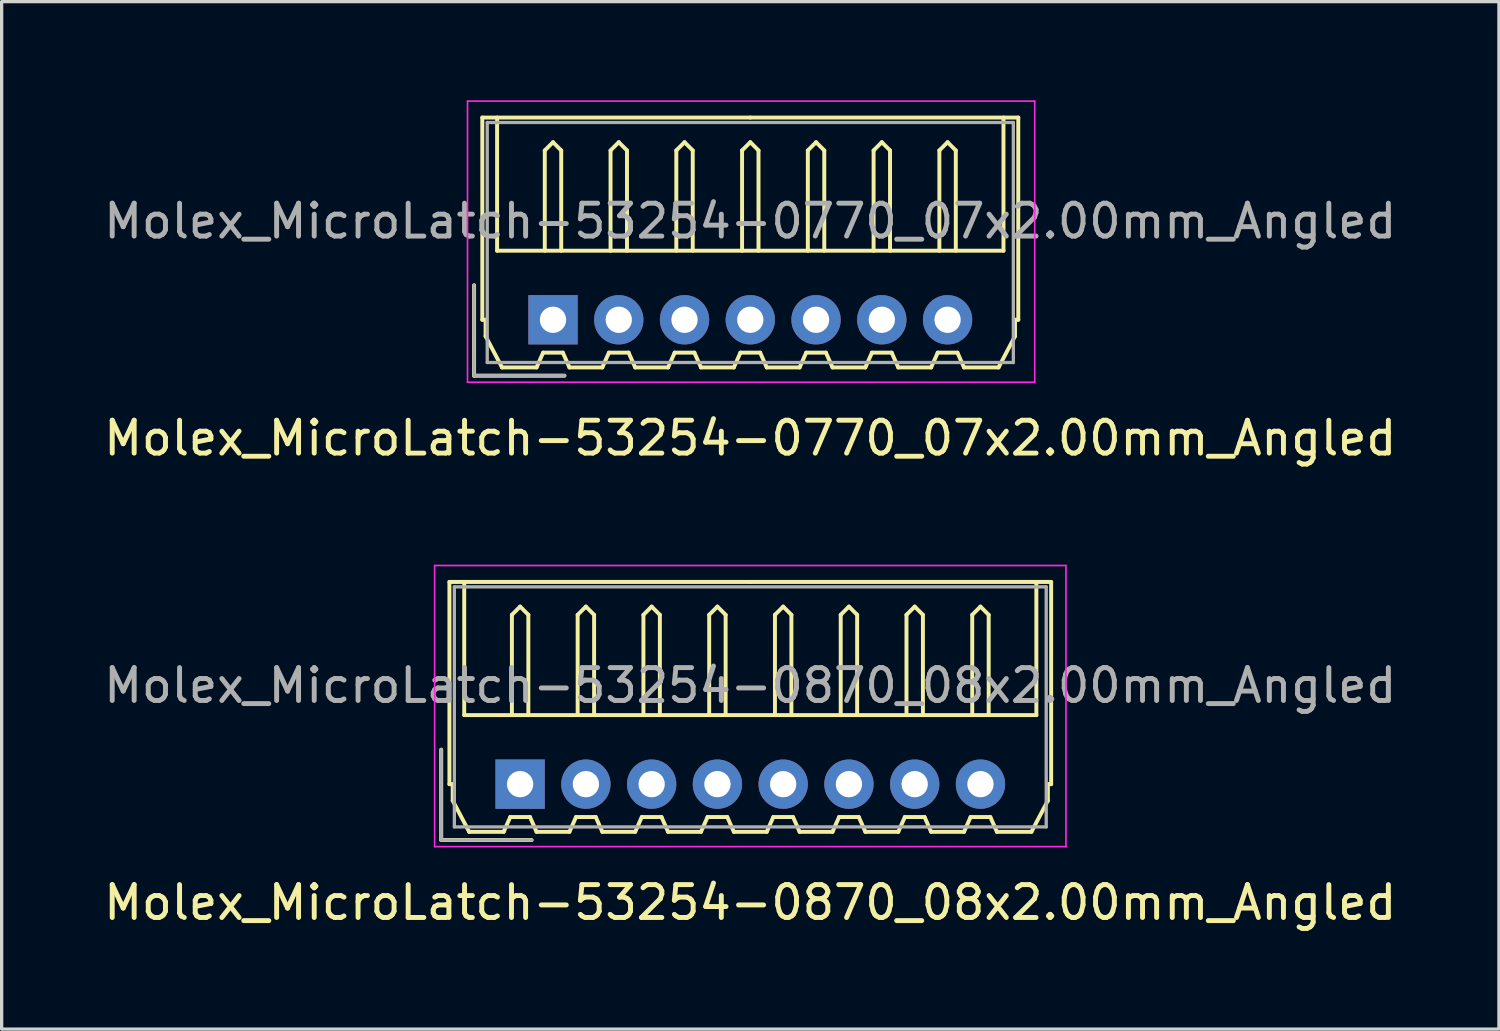
<source format=kicad_pcb>
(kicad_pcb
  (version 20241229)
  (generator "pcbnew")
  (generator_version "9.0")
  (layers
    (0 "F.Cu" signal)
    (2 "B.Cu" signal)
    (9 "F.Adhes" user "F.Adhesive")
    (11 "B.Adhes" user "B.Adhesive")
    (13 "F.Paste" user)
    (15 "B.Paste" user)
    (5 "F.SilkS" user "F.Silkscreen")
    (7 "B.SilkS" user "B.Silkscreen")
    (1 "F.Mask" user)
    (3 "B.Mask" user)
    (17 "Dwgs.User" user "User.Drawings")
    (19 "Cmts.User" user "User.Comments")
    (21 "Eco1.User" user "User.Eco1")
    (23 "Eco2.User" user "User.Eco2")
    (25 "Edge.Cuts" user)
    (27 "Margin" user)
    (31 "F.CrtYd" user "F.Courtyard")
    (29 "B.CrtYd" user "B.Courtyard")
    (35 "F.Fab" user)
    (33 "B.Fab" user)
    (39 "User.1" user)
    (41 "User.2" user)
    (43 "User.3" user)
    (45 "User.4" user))
  (footprint "Molex_MicroLatch-53254-0770_07x2.00mm_Angled"
    (layer "F.Cu")
    (at 13.768 6.675)
    (property "Reference" "Molex_MicroLatch-53254-0770_07x2.00mm_Angled" (at 6 3.6 0) (layer "F.SilkS") (effects (font (size 1 1) (thickness 0.15))))
    (attr through_hole)
    (fp_line (start -2.4 1.7) (end -2.4 -1.05) (stroke (width 0.12) (type solid)) (layer "F.SilkS"))
    (fp_line (start -2.15 -6.15) (end 6 -6.15) (stroke (width 0.12) (type solid)) (layer "F.SilkS"))
    (fp_line (start -2.15 0) (end -2.15 -6.15) (stroke (width 0.12) (type solid)) (layer "F.SilkS"))
    (fp_line (start -2.05 0) (end -2.15 0) (stroke (width 0.12) (type solid)) (layer "F.SilkS"))
    (fp_line (start -2.05 0.5) (end -2.05 0) (stroke (width 0.12) (type solid)) (layer "F.SilkS"))
    (fp_line (start -1.7 -6.15) (end -1.7 -2.1) (stroke (width 0.12) (type solid)) (layer "F.SilkS"))
    (fp_line (start -1.7 -2.1) (end 13.7 -2.1) (stroke (width 0.12) (type solid)) (layer "F.SilkS"))
    (fp_line (start -1.55 1.45) (end -2.05 0.5) (stroke (width 0.12) (type solid)) (layer "F.SilkS"))
    (fp_line (start -0.5 1.45) (end -1.55 1.45) (stroke (width 0.12) (type solid)) (layer "F.SilkS"))
    (fp_line (start -0.3 1) (end -0.5 1.45) (stroke (width 0.12) (type solid)) (layer "F.SilkS"))
    (fp_line (start -0.3 1) (end 0.3 1) (stroke (width 0.12) (type solid)) (layer "F.SilkS"))
    (fp_line (start -0.25 -5.15) (end 0 -5.4) (stroke (width 0.12) (type solid)) (layer "F.SilkS"))
    (fp_line (start -0.25 -2.1) (end -0.25 -5.15) (stroke (width 0.12) (type solid)) (layer "F.SilkS"))
    (fp_line (start 0 -5.4) (end 0.25 -5.15) (stroke (width 0.12) (type solid)) (layer "F.SilkS"))
    (fp_line (start 0.25 -5.15) (end 0.25 -2.1) (stroke (width 0.12) (type solid)) (layer "F.SilkS"))
    (fp_line (start 0.3 1) (end 0.5 1.45) (stroke (width 0.12) (type solid)) (layer "F.SilkS"))
    (fp_line (start 0.35 1.7) (end -2.4 1.7) (stroke (width 0.12) (type solid)) (layer "F.SilkS"))
    (fp_line (start 0.5 1.45) (end 1.5 1.45) (stroke (width 0.12) (type solid)) (layer "F.SilkS"))
    (fp_line (start 1.5 1.45) (end 1.7 1) (stroke (width 0.12) (type solid)) (layer "F.SilkS"))
    (fp_line (start 1.7 1) (end 2.3 1) (stroke (width 0.12) (type solid)) (layer "F.SilkS"))
    (fp_line (start 1.75 -5.15) (end 2 -5.4) (stroke (width 0.12) (type solid)) (layer "F.SilkS"))
    (fp_line (start 1.75 -2.1) (end 1.75 -5.15) (stroke (width 0.12) (type solid)) (layer "F.SilkS"))
    (fp_line (start 2 -5.4) (end 2.25 -5.15) (stroke (width 0.12) (type solid)) (layer "F.SilkS"))
    (fp_line (start 2.25 -5.15) (end 2.25 -2.1) (stroke (width 0.12) (type solid)) (layer "F.SilkS"))
    (fp_line (start 2.3 1) (end 2.5 1.45) (stroke (width 0.12) (type solid)) (layer "F.SilkS"))
    (fp_line (start 2.5 1.45) (end 3.5 1.45) (stroke (width 0.12) (type solid)) (layer "F.SilkS"))
    (fp_line (start 3.5 1.45) (end 3.7 1) (stroke (width 0.12) (type solid)) (layer "F.SilkS"))
    (fp_line (start 3.7 1) (end 4.3 1) (stroke (width 0.12) (type solid)) (layer "F.SilkS"))
    (fp_line (start 3.75 -5.15) (end 4 -5.4) (stroke (width 0.12) (type solid)) (layer "F.SilkS"))
    (fp_line (start 3.75 -2.1) (end 3.75 -5.15) (stroke (width 0.12) (type solid)) (layer "F.SilkS"))
    (fp_line (start 4 -5.4) (end 4.25 -5.15) (stroke (width 0.12) (type solid)) (layer "F.SilkS"))
    (fp_line (start 4.25 -5.15) (end 4.25 -2.1) (stroke (width 0.12) (type solid)) (layer "F.SilkS"))
    (fp_line (start 4.3 1) (end 4.5 1.45) (stroke (width 0.12) (type solid)) (layer "F.SilkS"))
    (fp_line (start 4.5 1.45) (end 5.5 1.45) (stroke (width 0.12) (type solid)) (layer "F.SilkS"))
    (fp_line (start 5.5 1.45) (end 5.7 1) (stroke (width 0.12) (type solid)) (layer "F.SilkS"))
    (fp_line (start 5.7 1) (end 6.3 1) (stroke (width 0.12) (type solid)) (layer "F.SilkS"))
    (fp_line (start 5.75 -5.15) (end 6 -5.4) (stroke (width 0.12) (type solid)) (layer "F.SilkS"))
    (fp_line (start 5.75 -2.1) (end 5.75 -5.15) (stroke (width 0.12) (type solid)) (layer "F.SilkS"))
    (fp_line (start 6 -5.4) (end 6.25 -5.15) (stroke (width 0.12) (type solid)) (layer "F.SilkS"))
    (fp_line (start 6.25 -5.15) (end 6.25 -2.1) (stroke (width 0.12) (type solid)) (layer "F.SilkS"))
    (fp_line (start 6.3 1) (end 6.5 1.45) (stroke (width 0.12) (type solid)) (layer "F.SilkS"))
    (fp_line (start 6.5 1.45) (end 7.5 1.45) (stroke (width 0.12) (type solid)) (layer "F.SilkS"))
    (fp_line (start 7.5 1.45) (end 7.7 1) (stroke (width 0.12) (type solid)) (layer "F.SilkS"))
    (fp_line (start 7.7 1) (end 8.3 1) (stroke (width 0.12) (type solid)) (layer "F.SilkS"))
    (fp_line (start 7.75 -5.15) (end 8 -5.4) (stroke (width 0.12) (type solid)) (layer "F.SilkS"))
    (fp_line (start 7.75 -2.1) (end 7.75 -5.15) (stroke (width 0.12) (type solid)) (layer "F.SilkS"))
    (fp_line (start 8 -5.4) (end 8.25 -5.15) (stroke (width 0.12) (type solid)) (layer "F.SilkS"))
    (fp_line (start 8.25 -5.15) (end 8.25 -2.1) (stroke (width 0.12) (type solid)) (layer "F.SilkS"))
    (fp_line (start 8.3 1) (end 8.5 1.45) (stroke (width 0.12) (type solid)) (layer "F.SilkS"))
    (fp_line (start 8.5 1.45) (end 9.5 1.45) (stroke (width 0.12) (type solid)) (layer "F.SilkS"))
    (fp_line (start 9.5 1.45) (end 9.7 1) (stroke (width 0.12) (type solid)) (layer "F.SilkS"))
    (fp_line (start 9.7 1) (end 10.3 1) (stroke (width 0.12) (type solid)) (layer "F.SilkS"))
    (fp_line (start 9.75 -5.15) (end 10 -5.4) (stroke (width 0.12) (type solid)) (layer "F.SilkS"))
    (fp_line (start 9.75 -2.1) (end 9.75 -5.15) (stroke (width 0.12) (type solid)) (layer "F.SilkS"))
    (fp_line (start 10 -5.4) (end 10.25 -5.15) (stroke (width 0.12) (type solid)) (layer "F.SilkS"))
    (fp_line (start 10.25 -5.15) (end 10.25 -2.1) (stroke (width 0.12) (type solid)) (layer "F.SilkS"))
    (fp_line (start 10.3 1) (end 10.5 1.45) (stroke (width 0.12) (type solid)) (layer "F.SilkS"))
    (fp_line (start 10.5 1.45) (end 11.5 1.45) (stroke (width 0.12) (type solid)) (layer "F.SilkS"))
    (fp_line (start 11.5 1.45) (end 11.7 1) (stroke (width 0.12) (type solid)) (layer "F.SilkS"))
    (fp_line (start 11.7 1) (end 12.3 1) (stroke (width 0.12) (type solid)) (layer "F.SilkS"))
    (fp_line (start 11.75 -5.15) (end 12 -5.4) (stroke (width 0.12) (type solid)) (layer "F.SilkS"))
    (fp_line (start 11.75 -2.1) (end 11.75 -5.15) (stroke (width 0.12) (type solid)) (layer "F.SilkS"))
    (fp_line (start 12 -5.4) (end 12.25 -5.15) (stroke (width 0.12) (type solid)) (layer "F.SilkS"))
    (fp_line (start 12.25 -5.15) (end 12.25 -2.1) (stroke (width 0.12) (type solid)) (layer "F.SilkS"))
    (fp_line (start 12.3 1) (end 12.5 1.45) (stroke (width 0.12) (type solid)) (layer "F.SilkS"))
    (fp_line (start 12.5 1.45) (end 13.55 1.45) (stroke (width 0.12) (type solid)) (layer "F.SilkS"))
    (fp_line (start 13.55 1.45) (end 14.05 0.5) (stroke (width 0.12) (type solid)) (layer "F.SilkS"))
    (fp_line (start 13.7 -2.1) (end 13.7 -6.15) (stroke (width 0.12) (type solid)) (layer "F.SilkS"))
    (fp_line (start 14.05 0) (end 14.15 0) (stroke (width 0.12) (type solid)) (layer "F.SilkS"))
    (fp_line (start 14.05 0.5) (end 14.05 0) (stroke (width 0.12) (type solid)) (layer "F.SilkS"))
    (fp_line (start 14.15 -6.15) (end 6 -6.15) (stroke (width 0.12) (type solid)) (layer "F.SilkS"))
    (fp_line (start 14.15 0) (end 14.15 -6.15) (stroke (width 0.12) (type solid)) (layer "F.SilkS"))
    (fp_line (start -2.6 -6.65) (end -2.6 1.9) (stroke (width 0.05) (type solid)) (layer "F.CrtYd"))
    (fp_line (start -2.6 1.9) (end 14.65 1.9) (stroke (width 0.05) (type solid)) (layer "F.CrtYd"))
    (fp_line (start 14.65 -6.65) (end -2.6 -6.65) (stroke (width 0.05) (type solid)) (layer "F.CrtYd"))
    (fp_line (start 14.65 1.9) (end 14.65 -6.65) (stroke (width 0.05) (type solid)) (layer "F.CrtYd"))
    (fp_line (start -2.4 1.7) (end -2.4 -1.05) (stroke (width 0.1) (type solid)) (layer "F.Fab"))
    (fp_line (start -2 -6) (end -2 1.3) (stroke (width 0.1) (type solid)) (layer "F.Fab"))
    (fp_line (start -2 1.3) (end 14 1.3) (stroke (width 0.1) (type solid)) (layer "F.Fab"))
    (fp_line (start 0.35 1.7) (end -2.4 1.7) (stroke (width 0.1) (type solid)) (layer "F.Fab"))
    (fp_line (start 14 -6) (end -2 -6) (stroke (width 0.1) (type solid)) (layer "F.Fab"))
    (fp_line (start 14 1.3) (end 14 -6) (stroke (width 0.1) (type solid)) (layer "F.Fab"))
    (fp_text user "${REFERENCE}" (at 6 -3 0) (layer "F.Fab") (effects (font (size 1 1) (thickness 0.15))))
    (pad "1" thru_hole rect (at 0 0) (size 1.5 1.5) (drill 0.8) (layers "*.Cu" "*.Mask"))
    (pad "2" thru_hole circle (at 2 0) (size 1.5 1.5) (drill 0.8) (layers "*.Cu" "*.Mask"))
    (pad "3" thru_hole circle (at 4 0) (size 1.5 1.5) (drill 0.8) (layers "*.Cu" "*.Mask"))
    (pad "4" thru_hole circle (at 6 0) (size 1.5 1.5) (drill 0.8) (layers "*.Cu" "*.Mask"))
    (pad "5" thru_hole circle (at 8 0) (size 1.5 1.5) (drill 0.8) (layers "*.Cu" "*.Mask"))
    (pad "6" thru_hole circle (at 10 0) (size 1.5 1.5) (drill 0.8) (layers "*.Cu" "*.Mask"))
    (pad "7" thru_hole circle (at 12 0) (size 1.5 1.5) (drill 0.8) (layers "*.Cu" "*.Mask")))
  (footprint "Molex_MicroLatch-53254-0870_08x2.00mm_Angled"
    (layer "F.Cu")
    (at 12.768 20.798)
    (property "Reference" "Molex_MicroLatch-53254-0870_08x2.00mm_Angled" (at 7 3.6 0) (layer "F.SilkS") (effects (font (size 1 1) (thickness 0.15))))
    (attr through_hole)
    (fp_line (start -2.4 1.7) (end -2.4 -1.05) (stroke (width 0.12) (type solid)) (layer "F.SilkS"))
    (fp_line (start -2.15 -6.15) (end 7 -6.15) (stroke (width 0.12) (type solid)) (layer "F.SilkS"))
    (fp_line (start -2.15 0) (end -2.15 -6.15) (stroke (width 0.12) (type solid)) (layer "F.SilkS"))
    (fp_line (start -2.05 0) (end -2.15 0) (stroke (width 0.12) (type solid)) (layer "F.SilkS"))
    (fp_line (start -2.05 0.5) (end -2.05 0) (stroke (width 0.12) (type solid)) (layer "F.SilkS"))
    (fp_line (start -1.7 -6.15) (end -1.7 -2.1) (stroke (width 0.12) (type solid)) (layer "F.SilkS"))
    (fp_line (start -1.7 -2.1) (end 15.7 -2.1) (stroke (width 0.12) (type solid)) (layer "F.SilkS"))
    (fp_line (start -1.55 1.45) (end -2.05 0.5) (stroke (width 0.12) (type solid)) (layer "F.SilkS"))
    (fp_line (start -0.5 1.45) (end -1.55 1.45) (stroke (width 0.12) (type solid)) (layer "F.SilkS"))
    (fp_line (start -0.3 1) (end -0.5 1.45) (stroke (width 0.12) (type solid)) (layer "F.SilkS"))
    (fp_line (start -0.3 1) (end 0.3 1) (stroke (width 0.12) (type solid)) (layer "F.SilkS"))
    (fp_line (start -0.25 -5.15) (end 0 -5.4) (stroke (width 0.12) (type solid)) (layer "F.SilkS"))
    (fp_line (start -0.25 -2.1) (end -0.25 -5.15) (stroke (width 0.12) (type solid)) (layer "F.SilkS"))
    (fp_line (start 0 -5.4) (end 0.25 -5.15) (stroke (width 0.12) (type solid)) (layer "F.SilkS"))
    (fp_line (start 0.25 -5.15) (end 0.25 -2.1) (stroke (width 0.12) (type solid)) (layer "F.SilkS"))
    (fp_line (start 0.3 1) (end 0.5 1.45) (stroke (width 0.12) (type solid)) (layer "F.SilkS"))
    (fp_line (start 0.35 1.7) (end -2.4 1.7) (stroke (width 0.12) (type solid)) (layer "F.SilkS"))
    (fp_line (start 0.5 1.45) (end 1.5 1.45) (stroke (width 0.12) (type solid)) (layer "F.SilkS"))
    (fp_line (start 1.5 1.45) (end 1.7 1) (stroke (width 0.12) (type solid)) (layer "F.SilkS"))
    (fp_line (start 1.7 1) (end 2.3 1) (stroke (width 0.12) (type solid)) (layer "F.SilkS"))
    (fp_line (start 1.75 -5.15) (end 2 -5.4) (stroke (width 0.12) (type solid)) (layer "F.SilkS"))
    (fp_line (start 1.75 -2.1) (end 1.75 -5.15) (stroke (width 0.12) (type solid)) (layer "F.SilkS"))
    (fp_line (start 2 -5.4) (end 2.25 -5.15) (stroke (width 0.12) (type solid)) (layer "F.SilkS"))
    (fp_line (start 2.25 -5.15) (end 2.25 -2.1) (stroke (width 0.12) (type solid)) (layer "F.SilkS"))
    (fp_line (start 2.3 1) (end 2.5 1.45) (stroke (width 0.12) (type solid)) (layer "F.SilkS"))
    (fp_line (start 2.5 1.45) (end 3.5 1.45) (stroke (width 0.12) (type solid)) (layer "F.SilkS"))
    (fp_line (start 3.5 1.45) (end 3.7 1) (stroke (width 0.12) (type solid)) (layer "F.SilkS"))
    (fp_line (start 3.7 1) (end 4.3 1) (stroke (width 0.12) (type solid)) (layer "F.SilkS"))
    (fp_line (start 3.75 -5.15) (end 4 -5.4) (stroke (width 0.12) (type solid)) (layer "F.SilkS"))
    (fp_line (start 3.75 -2.1) (end 3.75 -5.15) (stroke (width 0.12) (type solid)) (layer "F.SilkS"))
    (fp_line (start 4 -5.4) (end 4.25 -5.15) (stroke (width 0.12) (type solid)) (layer "F.SilkS"))
    (fp_line (start 4.25 -5.15) (end 4.25 -2.1) (stroke (width 0.12) (type solid)) (layer "F.SilkS"))
    (fp_line (start 4.3 1) (end 4.5 1.45) (stroke (width 0.12) (type solid)) (layer "F.SilkS"))
    (fp_line (start 4.5 1.45) (end 5.5 1.45) (stroke (width 0.12) (type solid)) (layer "F.SilkS"))
    (fp_line (start 5.5 1.45) (end 5.7 1) (stroke (width 0.12) (type solid)) (layer "F.SilkS"))
    (fp_line (start 5.7 1) (end 6.3 1) (stroke (width 0.12) (type solid)) (layer "F.SilkS"))
    (fp_line (start 5.75 -5.15) (end 6 -5.4) (stroke (width 0.12) (type solid)) (layer "F.SilkS"))
    (fp_line (start 5.75 -2.1) (end 5.75 -5.15) (stroke (width 0.12) (type solid)) (layer "F.SilkS"))
    (fp_line (start 6 -5.4) (end 6.25 -5.15) (stroke (width 0.12) (type solid)) (layer "F.SilkS"))
    (fp_line (start 6.25 -5.15) (end 6.25 -2.1) (stroke (width 0.12) (type solid)) (layer "F.SilkS"))
    (fp_line (start 6.3 1) (end 6.5 1.45) (stroke (width 0.12) (type solid)) (layer "F.SilkS"))
    (fp_line (start 6.5 1.45) (end 7.5 1.45) (stroke (width 0.12) (type solid)) (layer "F.SilkS"))
    (fp_line (start 7.5 1.45) (end 7.7 1) (stroke (width 0.12) (type solid)) (layer "F.SilkS"))
    (fp_line (start 7.7 1) (end 8.3 1) (stroke (width 0.12) (type solid)) (layer "F.SilkS"))
    (fp_line (start 7.75 -5.15) (end 8 -5.4) (stroke (width 0.12) (type solid)) (layer "F.SilkS"))
    (fp_line (start 7.75 -2.1) (end 7.75 -5.15) (stroke (width 0.12) (type solid)) (layer "F.SilkS"))
    (fp_line (start 8 -5.4) (end 8.25 -5.15) (stroke (width 0.12) (type solid)) (layer "F.SilkS"))
    (fp_line (start 8.25 -5.15) (end 8.25 -2.1) (stroke (width 0.12) (type solid)) (layer "F.SilkS"))
    (fp_line (start 8.3 1) (end 8.5 1.45) (stroke (width 0.12) (type solid)) (layer "F.SilkS"))
    (fp_line (start 8.5 1.45) (end 9.5 1.45) (stroke (width 0.12) (type solid)) (layer "F.SilkS"))
    (fp_line (start 9.5 1.45) (end 9.7 1) (stroke (width 0.12) (type solid)) (layer "F.SilkS"))
    (fp_line (start 9.7 1) (end 10.3 1) (stroke (width 0.12) (type solid)) (layer "F.SilkS"))
    (fp_line (start 9.75 -5.15) (end 10 -5.4) (stroke (width 0.12) (type solid)) (layer "F.SilkS"))
    (fp_line (start 9.75 -2.1) (end 9.75 -5.15) (stroke (width 0.12) (type solid)) (layer "F.SilkS"))
    (fp_line (start 10 -5.4) (end 10.25 -5.15) (stroke (width 0.12) (type solid)) (layer "F.SilkS"))
    (fp_line (start 10.25 -5.15) (end 10.25 -2.1) (stroke (width 0.12) (type solid)) (layer "F.SilkS"))
    (fp_line (start 10.3 1) (end 10.5 1.45) (stroke (width 0.12) (type solid)) (layer "F.SilkS"))
    (fp_line (start 10.5 1.45) (end 11.5 1.45) (stroke (width 0.12) (type solid)) (layer "F.SilkS"))
    (fp_line (start 11.5 1.45) (end 11.7 1) (stroke (width 0.12) (type solid)) (layer "F.SilkS"))
    (fp_line (start 11.7 1) (end 12.3 1) (stroke (width 0.12) (type solid)) (layer "F.SilkS"))
    (fp_line (start 11.75 -5.15) (end 12 -5.4) (stroke (width 0.12) (type solid)) (layer "F.SilkS"))
    (fp_line (start 11.75 -2.1) (end 11.75 -5.15) (stroke (width 0.12) (type solid)) (layer "F.SilkS"))
    (fp_line (start 12 -5.4) (end 12.25 -5.15) (stroke (width 0.12) (type solid)) (layer "F.SilkS"))
    (fp_line (start 12.25 -5.15) (end 12.25 -2.1) (stroke (width 0.12) (type solid)) (layer "F.SilkS"))
    (fp_line (start 12.3 1) (end 12.5 1.45) (stroke (width 0.12) (type solid)) (layer "F.SilkS"))
    (fp_line (start 12.5 1.45) (end 13.5 1.45) (stroke (width 0.12) (type solid)) (layer "F.SilkS"))
    (fp_line (start 13.5 1.45) (end 13.7 1) (stroke (width 0.12) (type solid)) (layer "F.SilkS"))
    (fp_line (start 13.7 1) (end 14.3 1) (stroke (width 0.12) (type solid)) (layer "F.SilkS"))
    (fp_line (start 13.75 -5.15) (end 14 -5.4) (stroke (width 0.12) (type solid)) (layer "F.SilkS"))
    (fp_line (start 13.75 -2.1) (end 13.75 -5.15) (stroke (width 0.12) (type solid)) (layer "F.SilkS"))
    (fp_line (start 14 -5.4) (end 14.25 -5.15) (stroke (width 0.12) (type solid)) (layer "F.SilkS"))
    (fp_line (start 14.25 -5.15) (end 14.25 -2.1) (stroke (width 0.12) (type solid)) (layer "F.SilkS"))
    (fp_line (start 14.3 1) (end 14.5 1.45) (stroke (width 0.12) (type solid)) (layer "F.SilkS"))
    (fp_line (start 14.5 1.45) (end 15.55 1.45) (stroke (width 0.12) (type solid)) (layer "F.SilkS"))
    (fp_line (start 15.55 1.45) (end 16.05 0.5) (stroke (width 0.12) (type solid)) (layer "F.SilkS"))
    (fp_line (start 15.7 -2.1) (end 15.7 -6.15) (stroke (width 0.12) (type solid)) (layer "F.SilkS"))
    (fp_line (start 16.05 0) (end 16.15 0) (stroke (width 0.12) (type solid)) (layer "F.SilkS"))
    (fp_line (start 16.05 0.5) (end 16.05 0) (stroke (width 0.12) (type solid)) (layer "F.SilkS"))
    (fp_line (start 16.15 -6.15) (end 7 -6.15) (stroke (width 0.12) (type solid)) (layer "F.SilkS"))
    (fp_line (start 16.15 0) (end 16.15 -6.15) (stroke (width 0.12) (type solid)) (layer "F.SilkS"))
    (fp_line (start -2.6 -6.65) (end -2.6 1.9) (stroke (width 0.05) (type solid)) (layer "F.CrtYd"))
    (fp_line (start -2.6 1.9) (end 16.6 1.9) (stroke (width 0.05) (type solid)) (layer "F.CrtYd"))
    (fp_line (start 16.6 -6.65) (end -2.6 -6.65) (stroke (width 0.05) (type solid)) (layer "F.CrtYd"))
    (fp_line (start 16.6 1.9) (end 16.6 -6.65) (stroke (width 0.05) (type solid)) (layer "F.CrtYd"))
    (fp_line (start -2.4 1.7) (end -2.4 -1.05) (stroke (width 0.1) (type solid)) (layer "F.Fab"))
    (fp_line (start -2 -6) (end -2 1.3) (stroke (width 0.1) (type solid)) (layer "F.Fab"))
    (fp_line (start -2 1.3) (end 16 1.3) (stroke (width 0.1) (type solid)) (layer "F.Fab"))
    (fp_line (start 0.35 1.7) (end -2.4 1.7) (stroke (width 0.1) (type solid)) (layer "F.Fab"))
    (fp_line (start 16 -6) (end -2 -6) (stroke (width 0.1) (type solid)) (layer "F.Fab"))
    (fp_line (start 16 1.3) (end 16 -6) (stroke (width 0.1) (type solid)) (layer "F.Fab"))
    (fp_text user "${REFERENCE}" (at 7 -3 0) (layer "F.Fab") (effects (font (size 1 1) (thickness 0.15))))
    (pad "1" thru_hole rect (at 0 0) (size 1.5 1.5) (drill 0.8) (layers "*.Cu" "*.Mask"))
    (pad "2" thru_hole circle (at 2 0) (size 1.5 1.5) (drill 0.8) (layers "*.Cu" "*.Mask"))
    (pad "3" thru_hole circle (at 4 0) (size 1.5 1.5) (drill 0.8) (layers "*.Cu" "*.Mask"))
    (pad "4" thru_hole circle (at 6 0) (size 1.5 1.5) (drill 0.8) (layers "*.Cu" "*.Mask"))
    (pad "5" thru_hole circle (at 8 0) (size 1.5 1.5) (drill 0.8) (layers "*.Cu" "*.Mask"))
    (pad "6" thru_hole circle (at 10 0) (size 1.5 1.5) (drill 0.8) (layers "*.Cu" "*.Mask"))
    (pad "7" thru_hole circle (at 12 0) (size 1.5 1.5) (drill 0.8) (layers "*.Cu" "*.Mask"))
    (pad "8" thru_hole circle (at 14 0) (size 1.5 1.5) (drill 0.8) (layers "*.Cu" "*.Mask")))
  (gr_rect
    (start -3 -3)
    (end 42.536 28.247)
    (stroke (width 0.1) (type default))
    (fill no)
    (layer "Edge.Cuts")))
</source>
